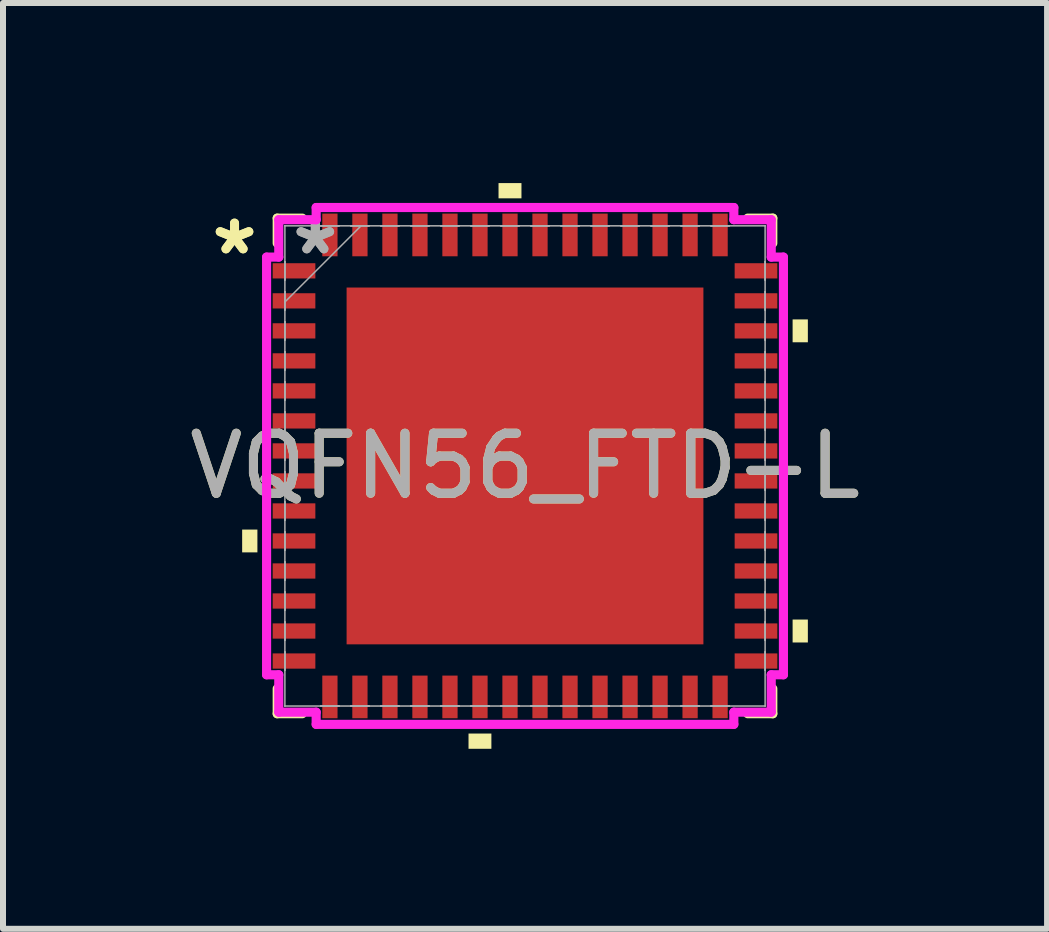
<source format=kicad_pcb>
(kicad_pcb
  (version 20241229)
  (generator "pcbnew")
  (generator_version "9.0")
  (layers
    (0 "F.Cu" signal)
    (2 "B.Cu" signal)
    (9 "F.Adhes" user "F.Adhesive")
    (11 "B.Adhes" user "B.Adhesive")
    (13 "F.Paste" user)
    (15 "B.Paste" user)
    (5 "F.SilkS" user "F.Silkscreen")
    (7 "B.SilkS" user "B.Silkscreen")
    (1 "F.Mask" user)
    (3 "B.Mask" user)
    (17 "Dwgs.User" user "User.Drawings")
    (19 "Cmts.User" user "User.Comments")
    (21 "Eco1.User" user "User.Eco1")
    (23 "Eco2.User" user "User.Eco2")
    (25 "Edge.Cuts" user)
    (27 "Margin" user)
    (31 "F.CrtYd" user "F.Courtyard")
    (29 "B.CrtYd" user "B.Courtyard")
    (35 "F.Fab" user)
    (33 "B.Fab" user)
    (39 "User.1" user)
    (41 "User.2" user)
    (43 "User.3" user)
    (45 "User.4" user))
  (footprint "VQFN56_FTD-L"
    (layer "F.Cu")
    (at 5.696 4.712)
    (property "Reference" "VQFN56_FTD-L" (at 0 0 0) (unlocked yes) (layer "F.SilkS") (effects (font (size 1 1) (thickness 0.15))))
    (attr smd)
    (fp_line (start -4.128 -4.128) (end -4.128 -3.71) (stroke (width 0.152) (type solid)) (layer "F.SilkS"))
    (fp_line (start -4.128 3.71) (end -4.128 4.128) (stroke (width 0.152) (type solid)) (layer "F.SilkS"))
    (fp_line (start -4.128 4.128) (end -3.71 4.128) (stroke (width 0.152) (type solid)) (layer "F.SilkS"))
    (fp_line (start -3.71 -4.128) (end -4.128 -4.128) (stroke (width 0.152) (type solid)) (layer "F.SilkS"))
    (fp_line (start 3.71 4.128) (end 4.128 4.128) (stroke (width 0.152) (type solid)) (layer "F.SilkS"))
    (fp_line (start 4.128 -4.128) (end 3.71 -4.128) (stroke (width 0.152) (type solid)) (layer "F.SilkS"))
    (fp_line (start 4.128 -3.71) (end 4.128 -4.128) (stroke (width 0.152) (type solid)) (layer "F.SilkS"))
    (fp_line (start 4.128 4.128) (end 4.128 3.71) (stroke (width 0.152) (type solid)) (layer "F.SilkS"))
    (fp_poly (pts (xy -4.712 1.06) (xy -4.712 1.44) (xy -4.458 1.44) (xy -4.458 1.06)) (stroke (width 0) (type solid)) (fill yes) (layer "F.SilkS"))
    (fp_poly (pts (xy -0.941 4.458) (xy -0.941 4.712) (xy -0.56 4.712) (xy -0.56 4.458)) (stroke (width 0) (type solid)) (fill yes) (layer "F.SilkS"))
    (fp_poly (pts (xy -0.441 -4.458) (xy -0.441 -4.712) (xy -0.059 -4.712) (xy -0.059 -4.458)) (stroke (width 0) (type solid)) (fill yes) (layer "F.SilkS"))
    (fp_poly (pts (xy 4.712 -2.441) (xy 4.712 -2.06) (xy 4.458 -2.06) (xy 4.458 -2.441)) (stroke (width 0) (type solid)) (fill yes) (layer "F.SilkS"))
    (fp_poly (pts (xy 4.712 2.559) (xy 4.712 2.941) (xy 4.458 2.941) (xy 4.458 2.559)) (stroke (width 0) (type solid)) (fill yes) (layer "F.SilkS"))
    (fp_poly (pts (xy -2.872 -2.872) (xy -2.872 -1.586) (xy -1.586 -1.586) (xy -1.586 -2.872)) (stroke (width 0) (type solid)) (fill yes) (layer "F.Paste"))
    (fp_poly (pts (xy -2.872 -1.386) (xy -2.872 -0.1) (xy -1.586 -0.1) (xy -1.586 -1.386)) (stroke (width 0) (type solid)) (fill yes) (layer "F.Paste"))
    (fp_poly (pts (xy -2.872 0.1) (xy -2.872 1.386) (xy -1.586 1.386) (xy -1.586 0.1)) (stroke (width 0) (type solid)) (fill yes) (layer "F.Paste"))
    (fp_poly (pts (xy -2.872 1.586) (xy -2.872 2.872) (xy -1.586 2.872) (xy -1.586 1.586)) (stroke (width 0) (type solid)) (fill yes) (layer "F.Paste"))
    (fp_poly (pts (xy -1.386 -2.872) (xy -1.386 -1.586) (xy -0.1 -1.586) (xy -0.1 -2.872)) (stroke (width 0) (type solid)) (fill yes) (layer "F.Paste"))
    (fp_poly (pts (xy -1.386 -1.386) (xy -1.386 -0.1) (xy -0.1 -0.1) (xy -0.1 -1.386)) (stroke (width 0) (type solid)) (fill yes) (layer "F.Paste"))
    (fp_poly (pts (xy -1.386 0.1) (xy -1.386 1.386) (xy -0.1 1.386) (xy -0.1 0.1)) (stroke (width 0) (type solid)) (fill yes) (layer "F.Paste"))
    (fp_poly (pts (xy -1.386 1.586) (xy -1.386 2.872) (xy -0.1 2.872) (xy -0.1 1.586)) (stroke (width 0) (type solid)) (fill yes) (layer "F.Paste"))
    (fp_poly (pts (xy 0.1 -2.872) (xy 0.1 -1.586) (xy 1.386 -1.586) (xy 1.386 -2.872)) (stroke (width 0) (type solid)) (fill yes) (layer "F.Paste"))
    (fp_poly (pts (xy 0.1 -1.386) (xy 0.1 -0.1) (xy 1.386 -0.1) (xy 1.386 -1.386)) (stroke (width 0) (type solid)) (fill yes) (layer "F.Paste"))
    (fp_poly (pts (xy 0.1 0.1) (xy 0.1 1.386) (xy 1.386 1.386) (xy 1.386 0.1)) (stroke (width 0) (type solid)) (fill yes) (layer "F.Paste"))
    (fp_poly (pts (xy 0.1 1.586) (xy 0.1 2.872) (xy 1.386 2.872) (xy 1.386 1.586)) (stroke (width 0) (type solid)) (fill yes) (layer "F.Paste"))
    (fp_poly (pts (xy 1.586 -2.872) (xy 1.586 -1.586) (xy 2.872 -1.586) (xy 2.872 -2.872)) (stroke (width 0) (type solid)) (fill yes) (layer "F.Paste"))
    (fp_poly (pts (xy 1.586 -1.386) (xy 1.586 -0.1) (xy 2.872 -0.1) (xy 2.872 -1.386)) (stroke (width 0) (type solid)) (fill yes) (layer "F.Paste"))
    (fp_poly (pts (xy 1.586 0.1) (xy 1.586 1.386) (xy 2.872 1.386) (xy 2.872 0.1)) (stroke (width 0) (type solid)) (fill yes) (layer "F.Paste"))
    (fp_poly (pts (xy 1.586 1.586) (xy 1.586 2.872) (xy 2.872 2.872) (xy 2.872 1.586)) (stroke (width 0) (type solid)) (fill yes) (layer "F.Paste"))
    (fp_line (start -4.305 -3.479) (end -4.102 -3.479) (stroke (width 0.152) (type solid)) (layer "F.CrtYd"))
    (fp_line (start -4.305 3.479) (end -4.305 -3.479) (stroke (width 0.152) (type solid)) (layer "F.CrtYd"))
    (fp_line (start -4.102 -4.102) (end -3.479 -4.102) (stroke (width 0.152) (type solid)) (layer "F.CrtYd"))
    (fp_line (start -4.102 -3.479) (end -4.102 -4.102) (stroke (width 0.152) (type solid)) (layer "F.CrtYd"))
    (fp_line (start -4.102 3.479) (end -4.305 3.479) (stroke (width 0.152) (type solid)) (layer "F.CrtYd"))
    (fp_line (start -4.102 4.102) (end -4.102 3.479) (stroke (width 0.152) (type solid)) (layer "F.CrtYd"))
    (fp_line (start -3.479 -4.305) (end 3.479 -4.305) (stroke (width 0.152) (type solid)) (layer "F.CrtYd"))
    (fp_line (start -3.479 -4.102) (end -3.479 -4.305) (stroke (width 0.152) (type solid)) (layer "F.CrtYd"))
    (fp_line (start -3.479 4.102) (end -4.102 4.102) (stroke (width 0.152) (type solid)) (layer "F.CrtYd"))
    (fp_line (start -3.479 4.305) (end -3.479 4.102) (stroke (width 0.152) (type solid)) (layer "F.CrtYd"))
    (fp_line (start 3.479 -4.305) (end 3.479 -4.102) (stroke (width 0.152) (type solid)) (layer "F.CrtYd"))
    (fp_line (start 3.479 -4.102) (end 4.102 -4.102) (stroke (width 0.152) (type solid)) (layer "F.CrtYd"))
    (fp_line (start 3.479 4.102) (end 3.479 4.305) (stroke (width 0.152) (type solid)) (layer "F.CrtYd"))
    (fp_line (start 3.479 4.305) (end -3.479 4.305) (stroke (width 0.152) (type solid)) (layer "F.CrtYd"))
    (fp_line (start 4.102 -4.102) (end 4.102 -3.479) (stroke (width 0.152) (type solid)) (layer "F.CrtYd"))
    (fp_line (start 4.102 -3.479) (end 4.305 -3.479) (stroke (width 0.152) (type solid)) (layer "F.CrtYd"))
    (fp_line (start 4.102 3.479) (end 4.102 4.102) (stroke (width 0.152) (type solid)) (layer "F.CrtYd"))
    (fp_line (start 4.102 4.102) (end 3.479 4.102) (stroke (width 0.152) (type solid)) (layer "F.CrtYd"))
    (fp_line (start 4.305 -3.479) (end 4.305 3.479) (stroke (width 0.152) (type solid)) (layer "F.CrtYd"))
    (fp_line (start 4.305 3.479) (end 4.102 3.479) (stroke (width 0.152) (type solid)) (layer "F.CrtYd"))
    (fp_line (start -4 -4) (end -4 -4) (stroke (width 0.025) (type solid)) (layer "F.Fab"))
    (fp_line (start -4 -4) (end -4 4) (stroke (width 0.025) (type solid)) (layer "F.Fab"))
    (fp_line (start -4 -3.402) (end -4 -3.402) (stroke (width 0.025) (type solid)) (layer "F.Fab"))
    (fp_line (start -4 -3.402) (end -4 -3.098) (stroke (width 0.025) (type solid)) (layer "F.Fab"))
    (fp_line (start -4 -3.098) (end -4 -3.402) (stroke (width 0.025) (type solid)) (layer "F.Fab"))
    (fp_line (start -4 -3.098) (end -4 -3.098) (stroke (width 0.025) (type solid)) (layer "F.Fab"))
    (fp_line (start -4 -2.902) (end -4 -2.902) (stroke (width 0.025) (type solid)) (layer "F.Fab"))
    (fp_line (start -4 -2.902) (end -4 -2.598) (stroke (width 0.025) (type solid)) (layer "F.Fab"))
    (fp_line (start -4 -2.731) (end -2.731 -4) (stroke (width 0.025) (type solid)) (layer "F.Fab"))
    (fp_line (start -4 -2.598) (end -4 -2.902) (stroke (width 0.025) (type solid)) (layer "F.Fab"))
    (fp_line (start -4 -2.598) (end -4 -2.598) (stroke (width 0.025) (type solid)) (layer "F.Fab"))
    (fp_line (start -4 -2.402) (end -4 -2.402) (stroke (width 0.025) (type solid)) (layer "F.Fab"))
    (fp_line (start -4 -2.402) (end -4 -2.098) (stroke (width 0.025) (type solid)) (layer "F.Fab"))
    (fp_line (start -4 -2.098) (end -4 -2.402) (stroke (width 0.025) (type solid)) (layer "F.Fab"))
    (fp_line (start -4 -2.098) (end -4 -2.098) (stroke (width 0.025) (type solid)) (layer "F.Fab"))
    (fp_line (start -4 -1.902) (end -4 -1.902) (stroke (width 0.025) (type solid)) (layer "F.Fab"))
    (fp_line (start -4 -1.902) (end -4 -1.598) (stroke (width 0.025) (type solid)) (layer "F.Fab"))
    (fp_line (start -4 -1.598) (end -4 -1.902) (stroke (width 0.025) (type solid)) (layer "F.Fab"))
    (fp_line (start -4 -1.598) (end -4 -1.598) (stroke (width 0.025) (type solid)) (layer "F.Fab"))
    (fp_line (start -4 -1.402) (end -4 -1.402) (stroke (width 0.025) (type solid)) (layer "F.Fab"))
    (fp_line (start -4 -1.402) (end -4 -1.098) (stroke (width 0.025) (type solid)) (layer "F.Fab"))
    (fp_line (start -4 -1.098) (end -4 -1.402) (stroke (width 0.025) (type solid)) (layer "F.Fab"))
    (fp_line (start -4 -1.098) (end -4 -1.098) (stroke (width 0.025) (type solid)) (layer "F.Fab"))
    (fp_line (start -4 -0.902) (end -4 -0.902) (stroke (width 0.025) (type solid)) (layer "F.Fab"))
    (fp_line (start -4 -0.902) (end -4 -0.598) (stroke (width 0.025) (type solid)) (layer "F.Fab"))
    (fp_line (start -4 -0.598) (end -4 -0.902) (stroke (width 0.025) (type solid)) (layer "F.Fab"))
    (fp_line (start -4 -0.598) (end -4 -0.598) (stroke (width 0.025) (type solid)) (layer "F.Fab"))
    (fp_line (start -4 -0.402) (end -4 -0.402) (stroke (width 0.025) (type solid)) (layer "F.Fab"))
    (fp_line (start -4 -0.402) (end -4 -0.098) (stroke (width 0.025) (type solid)) (layer "F.Fab"))
    (fp_line (start -4 -0.098) (end -4 -0.402) (stroke (width 0.025) (type solid)) (layer "F.Fab"))
    (fp_line (start -4 -0.098) (end -4 -0.098) (stroke (width 0.025) (type solid)) (layer "F.Fab"))
    (fp_line (start -4 0.098) (end -4 0.098) (stroke (width 0.025) (type solid)) (layer "F.Fab"))
    (fp_line (start -4 0.098) (end -4 0.402) (stroke (width 0.025) (type solid)) (layer "F.Fab"))
    (fp_line (start -4 0.402) (end -4 0.098) (stroke (width 0.025) (type solid)) (layer "F.Fab"))
    (fp_line (start -4 0.402) (end -4 0.402) (stroke (width 0.025) (type solid)) (layer "F.Fab"))
    (fp_line (start -4 0.598) (end -4 0.598) (stroke (width 0.025) (type solid)) (layer "F.Fab"))
    (fp_line (start -4 0.598) (end -4 0.902) (stroke (width 0.025) (type solid)) (layer "F.Fab"))
    (fp_line (start -4 0.902) (end -4 0.598) (stroke (width 0.025) (type solid)) (layer "F.Fab"))
    (fp_line (start -4 0.902) (end -4 0.902) (stroke (width 0.025) (type solid)) (layer "F.Fab"))
    (fp_line (start -4 1.098) (end -4 1.098) (stroke (width 0.025) (type solid)) (layer "F.Fab"))
    (fp_line (start -4 1.098) (end -4 1.402) (stroke (width 0.025) (type solid)) (layer "F.Fab"))
    (fp_line (start -4 1.402) (end -4 1.098) (stroke (width 0.025) (type solid)) (layer "F.Fab"))
    (fp_line (start -4 1.402) (end -4 1.402) (stroke (width 0.025) (type solid)) (layer "F.Fab"))
    (fp_line (start -4 1.598) (end -4 1.598) (stroke (width 0.025) (type solid)) (layer "F.Fab"))
    (fp_line (start -4 1.598) (end -4 1.902) (stroke (width 0.025) (type solid)) (layer "F.Fab"))
    (fp_line (start -4 1.902) (end -4 1.598) (stroke (width 0.025) (type solid)) (layer "F.Fab"))
    (fp_line (start -4 1.902) (end -4 1.902) (stroke (width 0.025) (type solid)) (layer "F.Fab"))
    (fp_line (start -4 2.098) (end -4 2.098) (stroke (width 0.025) (type solid)) (layer "F.Fab"))
    (fp_line (start -4 2.098) (end -4 2.402) (stroke (width 0.025) (type solid)) (layer "F.Fab"))
    (fp_line (start -4 2.402) (end -4 2.098) (stroke (width 0.025) (type solid)) (layer "F.Fab"))
    (fp_line (start -4 2.402) (end -4 2.402) (stroke (width 0.025) (type solid)) (layer "F.Fab"))
    (fp_line (start -4 2.598) (end -4 2.598) (stroke (width 0.025) (type solid)) (layer "F.Fab"))
    (fp_line (start -4 2.598) (end -4 2.902) (stroke (width 0.025) (type solid)) (layer "F.Fab"))
    (fp_line (start -4 2.902) (end -4 2.598) (stroke (width 0.025) (type solid)) (layer "F.Fab"))
    (fp_line (start -4 2.902) (end -4 2.902) (stroke (width 0.025) (type solid)) (layer "F.Fab"))
    (fp_line (start -4 3.098) (end -4 3.098) (stroke (width 0.025) (type solid)) (layer "F.Fab"))
    (fp_line (start -4 3.098) (end -4 3.402) (stroke (width 0.025) (type solid)) (layer "F.Fab"))
    (fp_line (start -4 3.402) (end -4 3.098) (stroke (width 0.025) (type solid)) (layer "F.Fab"))
    (fp_line (start -4 3.402) (end -4 3.402) (stroke (width 0.025) (type solid)) (layer "F.Fab"))
    (fp_line (start -4 4) (end -4 4) (stroke (width 0.025) (type solid)) (layer "F.Fab"))
    (fp_line (start -4 4) (end 4 4) (stroke (width 0.025) (type solid)) (layer "F.Fab"))
    (fp_line (start -3.402 -4) (end -3.402 -4) (stroke (width 0.025) (type solid)) (layer "F.Fab"))
    (fp_line (start -3.402 -4) (end -3.098 -4) (stroke (width 0.025) (type solid)) (layer "F.Fab"))
    (fp_line (start -3.402 4) (end -3.402 4) (stroke (width 0.025) (type solid)) (layer "F.Fab"))
    (fp_line (start -3.402 4) (end -3.098 4) (stroke (width 0.025) (type solid)) (layer "F.Fab"))
    (fp_line (start -3.098 -4) (end -3.402 -4) (stroke (width 0.025) (type solid)) (layer "F.Fab"))
    (fp_line (start -3.098 -4) (end -3.098 -4) (stroke (width 0.025) (type solid)) (layer "F.Fab"))
    (fp_line (start -3.098 4) (end -3.402 4) (stroke (width 0.025) (type solid)) (layer "F.Fab"))
    (fp_line (start -3.098 4) (end -3.098 4) (stroke (width 0.025) (type solid)) (layer "F.Fab"))
    (fp_line (start -2.902 -4) (end -2.902 -4) (stroke (width 0.025) (type solid)) (layer "F.Fab"))
    (fp_line (start -2.902 -4) (end -2.598 -4) (stroke (width 0.025) (type solid)) (layer "F.Fab"))
    (fp_line (start -2.902 4) (end -2.902 4) (stroke (width 0.025) (type solid)) (layer "F.Fab"))
    (fp_line (start -2.902 4) (end -2.598 4) (stroke (width 0.025) (type solid)) (layer "F.Fab"))
    (fp_line (start -2.598 -4) (end -2.902 -4) (stroke (width 0.025) (type solid)) (layer "F.Fab"))
    (fp_line (start -2.598 -4) (end -2.598 -4) (stroke (width 0.025) (type solid)) (layer "F.Fab"))
    (fp_line (start -2.598 4) (end -2.902 4) (stroke (width 0.025) (type solid)) (layer "F.Fab"))
    (fp_line (start -2.598 4) (end -2.598 4) (stroke (width 0.025) (type solid)) (layer "F.Fab"))
    (fp_line (start -2.402 -4) (end -2.402 -4) (stroke (width 0.025) (type solid)) (layer "F.Fab"))
    (fp_line (start -2.402 -4) (end -2.098 -4) (stroke (width 0.025) (type solid)) (layer "F.Fab"))
    (fp_line (start -2.402 4) (end -2.402 4) (stroke (width 0.025) (type solid)) (layer "F.Fab"))
    (fp_line (start -2.402 4) (end -2.098 4) (stroke (width 0.025) (type solid)) (layer "F.Fab"))
    (fp_line (start -2.098 -4) (end -2.402 -4) (stroke (width 0.025) (type solid)) (layer "F.Fab"))
    (fp_line (start -2.098 -4) (end -2.098 -4) (stroke (width 0.025) (type solid)) (layer "F.Fab"))
    (fp_line (start -2.098 4) (end -2.402 4) (stroke (width 0.025) (type solid)) (layer "F.Fab"))
    (fp_line (start -2.098 4) (end -2.098 4) (stroke (width 0.025) (type solid)) (layer "F.Fab"))
    (fp_line (start -1.902 -4) (end -1.902 -4) (stroke (width 0.025) (type solid)) (layer "F.Fab"))
    (fp_line (start -1.902 -4) (end -1.598 -4) (stroke (width 0.025) (type solid)) (layer "F.Fab"))
    (fp_line (start -1.902 4) (end -1.902 4) (stroke (width 0.025) (type solid)) (layer "F.Fab"))
    (fp_line (start -1.902 4) (end -1.598 4) (stroke (width 0.025) (type solid)) (layer "F.Fab"))
    (fp_line (start -1.598 -4) (end -1.902 -4) (stroke (width 0.025) (type solid)) (layer "F.Fab"))
    (fp_line (start -1.598 -4) (end -1.598 -4) (stroke (width 0.025) (type solid)) (layer "F.Fab"))
    (fp_line (start -1.598 4) (end -1.902 4) (stroke (width 0.025) (type solid)) (layer "F.Fab"))
    (fp_line (start -1.598 4) (end -1.598 4) (stroke (width 0.025) (type solid)) (layer "F.Fab"))
    (fp_line (start -1.402 -4) (end -1.402 -4) (stroke (width 0.025) (type solid)) (layer "F.Fab"))
    (fp_line (start -1.402 -4) (end -1.098 -4) (stroke (width 0.025) (type solid)) (layer "F.Fab"))
    (fp_line (start -1.402 4) (end -1.402 4) (stroke (width 0.025) (type solid)) (layer "F.Fab"))
    (fp_line (start -1.402 4) (end -1.098 4) (stroke (width 0.025) (type solid)) (layer "F.Fab"))
    (fp_line (start -1.098 -4) (end -1.402 -4) (stroke (width 0.025) (type solid)) (layer "F.Fab"))
    (fp_line (start -1.098 -4) (end -1.098 -4) (stroke (width 0.025) (type solid)) (layer "F.Fab"))
    (fp_line (start -1.098 4) (end -1.402 4) (stroke (width 0.025) (type solid)) (layer "F.Fab"))
    (fp_line (start -1.098 4) (end -1.098 4) (stroke (width 0.025) (type solid)) (layer "F.Fab"))
    (fp_line (start -0.902 -4) (end -0.902 -4) (stroke (width 0.025) (type solid)) (layer "F.Fab"))
    (fp_line (start -0.902 -4) (end -0.598 -4) (stroke (width 0.025) (type solid)) (layer "F.Fab"))
    (fp_line (start -0.902 4) (end -0.902 4) (stroke (width 0.025) (type solid)) (layer "F.Fab"))
    (fp_line (start -0.902 4) (end -0.598 4) (stroke (width 0.025) (type solid)) (layer "F.Fab"))
    (fp_line (start -0.598 -4) (end -0.902 -4) (stroke (width 0.025) (type solid)) (layer "F.Fab"))
    (fp_line (start -0.598 -4) (end -0.598 -4) (stroke (width 0.025) (type solid)) (layer "F.Fab"))
    (fp_line (start -0.598 4) (end -0.902 4) (stroke (width 0.025) (type solid)) (layer "F.Fab"))
    (fp_line (start -0.598 4) (end -0.598 4) (stroke (width 0.025) (type solid)) (layer "F.Fab"))
    (fp_line (start -0.402 -4) (end -0.402 -4) (stroke (width 0.025) (type solid)) (layer "F.Fab"))
    (fp_line (start -0.402 -4) (end -0.098 -4) (stroke (width 0.025) (type solid)) (layer "F.Fab"))
    (fp_line (start -0.402 4) (end -0.402 4) (stroke (width 0.025) (type solid)) (layer "F.Fab"))
    (fp_line (start -0.402 4) (end -0.098 4) (stroke (width 0.025) (type solid)) (layer "F.Fab"))
    (fp_line (start -0.098 -4) (end -0.402 -4) (stroke (width 0.025) (type solid)) (layer "F.Fab"))
    (fp_line (start -0.098 -4) (end -0.098 -4) (stroke (width 0.025) (type solid)) (layer "F.Fab"))
    (fp_line (start -0.098 4) (end -0.402 4) (stroke (width 0.025) (type solid)) (layer "F.Fab"))
    (fp_line (start -0.098 4) (end -0.098 4) (stroke (width 0.025) (type solid)) (layer "F.Fab"))
    (fp_line (start 0.098 -4) (end 0.098 -4) (stroke (width 0.025) (type solid)) (layer "F.Fab"))
    (fp_line (start 0.098 -4) (end 0.402 -4) (stroke (width 0.025) (type solid)) (layer "F.Fab"))
    (fp_line (start 0.098 4) (end 0.098 4) (stroke (width 0.025) (type solid)) (layer "F.Fab"))
    (fp_line (start 0.098 4) (end 0.402 4) (stroke (width 0.025) (type solid)) (layer "F.Fab"))
    (fp_line (start 0.402 -4) (end 0.098 -4) (stroke (width 0.025) (type solid)) (layer "F.Fab"))
    (fp_line (start 0.402 -4) (end 0.402 -4) (stroke (width 0.025) (type solid)) (layer "F.Fab"))
    (fp_line (start 0.402 4) (end 0.098 4) (stroke (width 0.025) (type solid)) (layer "F.Fab"))
    (fp_line (start 0.402 4) (end 0.402 4) (stroke (width 0.025) (type solid)) (layer "F.Fab"))
    (fp_line (start 0.598 -4) (end 0.598 -4) (stroke (width 0.025) (type solid)) (layer "F.Fab"))
    (fp_line (start 0.598 -4) (end 0.902 -4) (stroke (width 0.025) (type solid)) (layer "F.Fab"))
    (fp_line (start 0.598 4) (end 0.598 4) (stroke (width 0.025) (type solid)) (layer "F.Fab"))
    (fp_line (start 0.598 4) (end 0.902 4) (stroke (width 0.025) (type solid)) (layer "F.Fab"))
    (fp_line (start 0.902 -4) (end 0.598 -4) (stroke (width 0.025) (type solid)) (layer "F.Fab"))
    (fp_line (start 0.902 -4) (end 0.902 -4) (stroke (width 0.025) (type solid)) (layer "F.Fab"))
    (fp_line (start 0.902 4) (end 0.598 4) (stroke (width 0.025) (type solid)) (layer "F.Fab"))
    (fp_line (start 0.902 4) (end 0.902 4) (stroke (width 0.025) (type solid)) (layer "F.Fab"))
    (fp_line (start 1.098 -4) (end 1.098 -4) (stroke (width 0.025) (type solid)) (layer "F.Fab"))
    (fp_line (start 1.098 -4) (end 1.402 -4) (stroke (width 0.025) (type solid)) (layer "F.Fab"))
    (fp_line (start 1.098 4) (end 1.098 4) (stroke (width 0.025) (type solid)) (layer "F.Fab"))
    (fp_line (start 1.098 4) (end 1.402 4) (stroke (width 0.025) (type solid)) (layer "F.Fab"))
    (fp_line (start 1.402 -4) (end 1.098 -4) (stroke (width 0.025) (type solid)) (layer "F.Fab"))
    (fp_line (start 1.402 -4) (end 1.402 -4) (stroke (width 0.025) (type solid)) (layer "F.Fab"))
    (fp_line (start 1.402 4) (end 1.098 4) (stroke (width 0.025) (type solid)) (layer "F.Fab"))
    (fp_line (start 1.402 4) (end 1.402 4) (stroke (width 0.025) (type solid)) (layer "F.Fab"))
    (fp_line (start 1.598 -4) (end 1.598 -4) (stroke (width 0.025) (type solid)) (layer "F.Fab"))
    (fp_line (start 1.598 -4) (end 1.902 -4) (stroke (width 0.025) (type solid)) (layer "F.Fab"))
    (fp_line (start 1.598 4) (end 1.598 4) (stroke (width 0.025) (type solid)) (layer "F.Fab"))
    (fp_line (start 1.598 4) (end 1.902 4) (stroke (width 0.025) (type solid)) (layer "F.Fab"))
    (fp_line (start 1.902 -4) (end 1.598 -4) (stroke (width 0.025) (type solid)) (layer "F.Fab"))
    (fp_line (start 1.902 -4) (end 1.902 -4) (stroke (width 0.025) (type solid)) (layer "F.Fab"))
    (fp_line (start 1.902 4) (end 1.598 4) (stroke (width 0.025) (type solid)) (layer "F.Fab"))
    (fp_line (start 1.902 4) (end 1.902 4) (stroke (width 0.025) (type solid)) (layer "F.Fab"))
    (fp_line (start 2.098 -4) (end 2.098 -4) (stroke (width 0.025) (type solid)) (layer "F.Fab"))
    (fp_line (start 2.098 -4) (end 2.402 -4) (stroke (width 0.025) (type solid)) (layer "F.Fab"))
    (fp_line (start 2.098 4) (end 2.098 4) (stroke (width 0.025) (type solid)) (layer "F.Fab"))
    (fp_line (start 2.098 4) (end 2.402 4) (stroke (width 0.025) (type solid)) (layer "F.Fab"))
    (fp_line (start 2.402 -4) (end 2.098 -4) (stroke (width 0.025) (type solid)) (layer "F.Fab"))
    (fp_line (start 2.402 -4) (end 2.402 -4) (stroke (width 0.025) (type solid)) (layer "F.Fab"))
    (fp_line (start 2.402 4) (end 2.098 4) (stroke (width 0.025) (type solid)) (layer "F.Fab"))
    (fp_line (start 2.402 4) (end 2.402 4) (stroke (width 0.025) (type solid)) (layer "F.Fab"))
    (fp_line (start 2.598 -4) (end 2.598 -4) (stroke (width 0.025) (type solid)) (layer "F.Fab"))
    (fp_line (start 2.598 -4) (end 2.902 -4) (stroke (width 0.025) (type solid)) (layer "F.Fab"))
    (fp_line (start 2.598 4) (end 2.598 4) (stroke (width 0.025) (type solid)) (layer "F.Fab"))
    (fp_line (start 2.598 4) (end 2.902 4) (stroke (width 0.025) (type solid)) (layer "F.Fab"))
    (fp_line (start 2.902 -4) (end 2.598 -4) (stroke (width 0.025) (type solid)) (layer "F.Fab"))
    (fp_line (start 2.902 -4) (end 2.902 -4) (stroke (width 0.025) (type solid)) (layer "F.Fab"))
    (fp_line (start 2.902 4) (end 2.598 4) (stroke (width 0.025) (type solid)) (layer "F.Fab"))
    (fp_line (start 2.902 4) (end 2.902 4) (stroke (width 0.025) (type solid)) (layer "F.Fab"))
    (fp_line (start 3.098 -4) (end 3.098 -4) (stroke (width 0.025) (type solid)) (layer "F.Fab"))
    (fp_line (start 3.098 -4) (end 3.402 -4) (stroke (width 0.025) (type solid)) (layer "F.Fab"))
    (fp_line (start 3.098 4) (end 3.098 4) (stroke (width 0.025) (type solid)) (layer "F.Fab"))
    (fp_line (start 3.098 4) (end 3.402 4) (stroke (width 0.025) (type solid)) (layer "F.Fab"))
    (fp_line (start 3.402 -4) (end 3.098 -4) (stroke (width 0.025) (type solid)) (layer "F.Fab"))
    (fp_line (start 3.402 -4) (end 3.402 -4) (stroke (width 0.025) (type solid)) (layer "F.Fab"))
    (fp_line (start 3.402 4) (end 3.098 4) (stroke (width 0.025) (type solid)) (layer "F.Fab"))
    (fp_line (start 3.402 4) (end 3.402 4) (stroke (width 0.025) (type solid)) (layer "F.Fab"))
    (fp_line (start 4 -4) (end -4 -4) (stroke (width 0.025) (type solid)) (layer "F.Fab"))
    (fp_line (start 4 -4) (end 4 -4) (stroke (width 0.025) (type solid)) (layer "F.Fab"))
    (fp_line (start 4 -3.402) (end 4 -3.402) (stroke (width 0.025) (type solid)) (layer "F.Fab"))
    (fp_line (start 4 -3.402) (end 4 -3.098) (stroke (width 0.025) (type solid)) (layer "F.Fab"))
    (fp_line (start 4 -3.098) (end 4 -3.402) (stroke (width 0.025) (type solid)) (layer "F.Fab"))
    (fp_line (start 4 -3.098) (end 4 -3.098) (stroke (width 0.025) (type solid)) (layer "F.Fab"))
    (fp_line (start 4 -2.902) (end 4 -2.902) (stroke (width 0.025) (type solid)) (layer "F.Fab"))
    (fp_line (start 4 -2.902) (end 4 -2.598) (stroke (width 0.025) (type solid)) (layer "F.Fab"))
    (fp_line (start 4 -2.598) (end 4 -2.902) (stroke (width 0.025) (type solid)) (layer "F.Fab"))
    (fp_line (start 4 -2.598) (end 4 -2.598) (stroke (width 0.025) (type solid)) (layer "F.Fab"))
    (fp_line (start 4 -2.402) (end 4 -2.402) (stroke (width 0.025) (type solid)) (layer "F.Fab"))
    (fp_line (start 4 -2.402) (end 4 -2.098) (stroke (width 0.025) (type solid)) (layer "F.Fab"))
    (fp_line (start 4 -2.098) (end 4 -2.402) (stroke (width 0.025) (type solid)) (layer "F.Fab"))
    (fp_line (start 4 -2.098) (end 4 -2.098) (stroke (width 0.025) (type solid)) (layer "F.Fab"))
    (fp_line (start 4 -1.902) (end 4 -1.902) (stroke (width 0.025) (type solid)) (layer "F.Fab"))
    (fp_line (start 4 -1.902) (end 4 -1.598) (stroke (width 0.025) (type solid)) (layer "F.Fab"))
    (fp_line (start 4 -1.598) (end 4 -1.902) (stroke (width 0.025) (type solid)) (layer "F.Fab"))
    (fp_line (start 4 -1.598) (end 4 -1.598) (stroke (width 0.025) (type solid)) (layer "F.Fab"))
    (fp_line (start 4 -1.402) (end 4 -1.402) (stroke (width 0.025) (type solid)) (layer "F.Fab"))
    (fp_line (start 4 -1.402) (end 4 -1.098) (stroke (width 0.025) (type solid)) (layer "F.Fab"))
    (fp_line (start 4 -1.098) (end 4 -1.402) (stroke (width 0.025) (type solid)) (layer "F.Fab"))
    (fp_line (start 4 -1.098) (end 4 -1.098) (stroke (width 0.025) (type solid)) (layer "F.Fab"))
    (fp_line (start 4 -0.902) (end 4 -0.902) (stroke (width 0.025) (type solid)) (layer "F.Fab"))
    (fp_line (start 4 -0.902) (end 4 -0.598) (stroke (width 0.025) (type solid)) (layer "F.Fab"))
    (fp_line (start 4 -0.598) (end 4 -0.902) (stroke (width 0.025) (type solid)) (layer "F.Fab"))
    (fp_line (start 4 -0.598) (end 4 -0.598) (stroke (width 0.025) (type solid)) (layer "F.Fab"))
    (fp_line (start 4 -0.402) (end 4 -0.402) (stroke (width 0.025) (type solid)) (layer "F.Fab"))
    (fp_line (start 4 -0.402) (end 4 -0.098) (stroke (width 0.025) (type solid)) (layer "F.Fab"))
    (fp_line (start 4 -0.098) (end 4 -0.402) (stroke (width 0.025) (type solid)) (layer "F.Fab"))
    (fp_line (start 4 -0.098) (end 4 -0.098) (stroke (width 0.025) (type solid)) (layer "F.Fab"))
    (fp_line (start 4 0.098) (end 4 0.098) (stroke (width 0.025) (type solid)) (layer "F.Fab"))
    (fp_line (start 4 0.098) (end 4 0.402) (stroke (width 0.025) (type solid)) (layer "F.Fab"))
    (fp_line (start 4 0.402) (end 4 0.098) (stroke (width 0.025) (type solid)) (layer "F.Fab"))
    (fp_line (start 4 0.402) (end 4 0.402) (stroke (width 0.025) (type solid)) (layer "F.Fab"))
    (fp_line (start 4 0.598) (end 4 0.598) (stroke (width 0.025) (type solid)) (layer "F.Fab"))
    (fp_line (start 4 0.598) (end 4 0.902) (stroke (width 0.025) (type solid)) (layer "F.Fab"))
    (fp_line (start 4 0.902) (end 4 0.598) (stroke (width 0.025) (type solid)) (layer "F.Fab"))
    (fp_line (start 4 0.902) (end 4 0.902) (stroke (width 0.025) (type solid)) (layer "F.Fab"))
    (fp_line (start 4 1.098) (end 4 1.098) (stroke (width 0.025) (type solid)) (layer "F.Fab"))
    (fp_line (start 4 1.098) (end 4 1.402) (stroke (width 0.025) (type solid)) (layer "F.Fab"))
    (fp_line (start 4 1.402) (end 4 1.098) (stroke (width 0.025) (type solid)) (layer "F.Fab"))
    (fp_line (start 4 1.402) (end 4 1.402) (stroke (width 0.025) (type solid)) (layer "F.Fab"))
    (fp_line (start 4 1.598) (end 4 1.598) (stroke (width 0.025) (type solid)) (layer "F.Fab"))
    (fp_line (start 4 1.598) (end 4 1.902) (stroke (width 0.025) (type solid)) (layer "F.Fab"))
    (fp_line (start 4 1.902) (end 4 1.598) (stroke (width 0.025) (type solid)) (layer "F.Fab"))
    (fp_line (start 4 1.902) (end 4 1.902) (stroke (width 0.025) (type solid)) (layer "F.Fab"))
    (fp_line (start 4 2.098) (end 4 2.098) (stroke (width 0.025) (type solid)) (layer "F.Fab"))
    (fp_line (start 4 2.098) (end 4 2.402) (stroke (width 0.025) (type solid)) (layer "F.Fab"))
    (fp_line (start 4 2.402) (end 4 2.098) (stroke (width 0.025) (type solid)) (layer "F.Fab"))
    (fp_line (start 4 2.402) (end 4 2.402) (stroke (width 0.025) (type solid)) (layer "F.Fab"))
    (fp_line (start 4 2.598) (end 4 2.598) (stroke (width 0.025) (type solid)) (layer "F.Fab"))
    (fp_line (start 4 2.598) (end 4 2.902) (stroke (width 0.025) (type solid)) (layer "F.Fab"))
    (fp_line (start 4 2.902) (end 4 2.598) (stroke (width 0.025) (type solid)) (layer "F.Fab"))
    (fp_line (start 4 2.902) (end 4 2.902) (stroke (width 0.025) (type solid)) (layer "F.Fab"))
    (fp_line (start 4 3.098) (end 4 3.098) (stroke (width 0.025) (type solid)) (layer "F.Fab"))
    (fp_line (start 4 3.098) (end 4 3.402) (stroke (width 0.025) (type solid)) (layer "F.Fab"))
    (fp_line (start 4 3.402) (end 4 3.098) (stroke (width 0.025) (type solid)) (layer "F.Fab"))
    (fp_line (start 4 3.402) (end 4 3.402) (stroke (width 0.025) (type solid)) (layer "F.Fab"))
    (fp_line (start 4 4) (end 4 -4) (stroke (width 0.025) (type solid)) (layer "F.Fab"))
    (fp_line (start 4 4) (end 4 4) (stroke (width 0.025) (type solid)) (layer "F.Fab"))
    (fp_text user "*" (at -4.839 -3.5 0) (unlocked yes) (layer "F.SilkS") (effects (font (size 1 1) (thickness 0.15))))
    (fp_text user "*" (at -4.839 -3.5 0) (layer "F.SilkS") (effects (font (size 1 1) (thickness 0.15))))
    (fp_text user "${REFERENCE}" (at 0 0 0) (unlocked yes) (layer "F.Fab") (effects (font (size 1 1) (thickness 0.15))))
    (fp_text user "*" (at -3.493 -3.5 0) (layer "F.Fab") (effects (font (size 1 1) (thickness 0.15))))
    (fp_text user "*" (at -3.493 -3.5 0) (unlocked yes) (layer "F.Fab") (effects (font (size 1 1) (thickness 0.15))))
    (pad "1" smd rect (at -3.848 -3.25 90) (size 0.254 0.711) (layers "F.Cu" "F.Mask" "F.Paste"))
    (pad "2" smd rect (at -3.848 -2.75 90) (size 0.254 0.711) (layers "F.Cu" "F.Mask" "F.Paste"))
    (pad "3" smd rect (at -3.848 -2.25 90) (size 0.254 0.711) (layers "F.Cu" "F.Mask" "F.Paste"))
    (pad "4" smd rect (at -3.848 -1.75 90) (size 0.254 0.711) (layers "F.Cu" "F.Mask" "F.Paste"))
    (pad "5" smd rect (at -3.848 -1.25 90) (size 0.254 0.711) (layers "F.Cu" "F.Mask" "F.Paste"))
    (pad "6" smd rect (at -3.848 -0.75 90) (size 0.254 0.711) (layers "F.Cu" "F.Mask" "F.Paste"))
    (pad "7" smd rect (at -3.848 -0.25 90) (size 0.254 0.711) (layers "F.Cu" "F.Mask" "F.Paste"))
    (pad "8" smd rect (at -3.848 0.25 90) (size 0.254 0.711) (layers "F.Cu" "F.Mask" "F.Paste"))
    (pad "9" smd rect (at -3.848 0.75 90) (size 0.254 0.711) (layers "F.Cu" "F.Mask" "F.Paste"))
    (pad "10" smd rect (at -3.848 1.25 90) (size 0.254 0.711) (layers "F.Cu" "F.Mask" "F.Paste"))
    (pad "11" smd rect (at -3.848 1.75 90) (size 0.254 0.711) (layers "F.Cu" "F.Mask" "F.Paste"))
    (pad "12" smd rect (at -3.848 2.25 90) (size 0.254 0.711) (layers "F.Cu" "F.Mask" "F.Paste"))
    (pad "13" smd rect (at -3.848 2.75 90) (size 0.254 0.711) (layers "F.Cu" "F.Mask" "F.Paste"))
    (pad "14" smd rect (at -3.848 3.25 90) (size 0.254 0.711) (layers "F.Cu" "F.Mask" "F.Paste"))
    (pad "15" smd rect (at -3.25 3.848) (size 0.254 0.711) (layers "F.Cu" "F.Mask" "F.Paste"))
    (pad "16" smd rect (at -2.75 3.848) (size 0.254 0.711) (layers "F.Cu" "F.Mask" "F.Paste"))
    (pad "17" smd rect (at -2.25 3.848) (size 0.254 0.711) (layers "F.Cu" "F.Mask" "F.Paste"))
    (pad "18" smd rect (at -1.75 3.848) (size 0.254 0.711) (layers "F.Cu" "F.Mask" "F.Paste"))
    (pad "19" smd rect (at -1.25 3.848) (size 0.254 0.711) (layers "F.Cu" "F.Mask" "F.Paste"))
    (pad "20" smd rect (at -0.75 3.848) (size 0.254 0.711) (layers "F.Cu" "F.Mask" "F.Paste"))
    (pad "21" smd rect (at -0.25 3.848) (size 0.254 0.711) (layers "F.Cu" "F.Mask" "F.Paste"))
    (pad "22" smd rect (at 0.25 3.848) (size 0.254 0.711) (layers "F.Cu" "F.Mask" "F.Paste"))
    (pad "23" smd rect (at 0.75 3.848) (size 0.254 0.711) (layers "F.Cu" "F.Mask" "F.Paste"))
    (pad "24" smd rect (at 1.25 3.848) (size 0.254 0.711) (layers "F.Cu" "F.Mask" "F.Paste"))
    (pad "25" smd rect (at 1.75 3.848) (size 0.254 0.711) (layers "F.Cu" "F.Mask" "F.Paste"))
    (pad "26" smd rect (at 2.25 3.848) (size 0.254 0.711) (layers "F.Cu" "F.Mask" "F.Paste"))
    (pad "27" smd rect (at 2.75 3.848) (size 0.254 0.711) (layers "F.Cu" "F.Mask" "F.Paste"))
    (pad "28" smd rect (at 3.25 3.848) (size 0.254 0.711) (layers "F.Cu" "F.Mask" "F.Paste"))
    (pad "29" smd rect (at 3.848 3.25 90) (size 0.254 0.711) (layers "F.Cu" "F.Mask" "F.Paste"))
    (pad "30" smd rect (at 3.848 2.75 90) (size 0.254 0.711) (layers "F.Cu" "F.Mask" "F.Paste"))
    (pad "31" smd rect (at 3.848 2.25 90) (size 0.254 0.711) (layers "F.Cu" "F.Mask" "F.Paste"))
    (pad "32" smd rect (at 3.848 1.75 90) (size 0.254 0.711) (layers "F.Cu" "F.Mask" "F.Paste"))
    (pad "33" smd rect (at 3.848 1.25 90) (size 0.254 0.711) (layers "F.Cu" "F.Mask" "F.Paste"))
    (pad "34" smd rect (at 3.848 0.75 90) (size 0.254 0.711) (layers "F.Cu" "F.Mask" "F.Paste"))
    (pad "35" smd rect (at 3.848 0.25 90) (size 0.254 0.711) (layers "F.Cu" "F.Mask" "F.Paste"))
    (pad "36" smd rect (at 3.848 -0.25 90) (size 0.254 0.711) (layers "F.Cu" "F.Mask" "F.Paste"))
    (pad "37" smd rect (at 3.848 -0.75 90) (size 0.254 0.711) (layers "F.Cu" "F.Mask" "F.Paste"))
    (pad "38" smd rect (at 3.848 -1.25 90) (size 0.254 0.711) (layers "F.Cu" "F.Mask" "F.Paste"))
    (pad "39" smd rect (at 3.848 -1.75 90) (size 0.254 0.711) (layers "F.Cu" "F.Mask" "F.Paste"))
    (pad "40" smd rect (at 3.848 -2.25 90) (size 0.254 0.711) (layers "F.Cu" "F.Mask" "F.Paste"))
    (pad "41" smd rect (at 3.848 -2.75 90) (size 0.254 0.711) (layers "F.Cu" "F.Mask" "F.Paste"))
    (pad "42" smd rect (at 3.848 -3.25 90) (size 0.254 0.711) (layers "F.Cu" "F.Mask" "F.Paste"))
    (pad "43" smd rect (at 3.25 -3.848) (size 0.254 0.711) (layers "F.Cu" "F.Mask" "F.Paste"))
    (pad "44" smd rect (at 2.75 -3.848) (size 0.254 0.711) (layers "F.Cu" "F.Mask" "F.Paste"))
    (pad "45" smd rect (at 2.25 -3.848) (size 0.254 0.711) (layers "F.Cu" "F.Mask" "F.Paste"))
    (pad "46" smd rect (at 1.75 -3.848) (size 0.254 0.711) (layers "F.Cu" "F.Mask" "F.Paste"))
    (pad "47" smd rect (at 1.25 -3.848) (size 0.254 0.711) (layers "F.Cu" "F.Mask" "F.Paste"))
    (pad "48" smd rect (at 0.75 -3.848) (size 0.254 0.711) (layers "F.Cu" "F.Mask" "F.Paste"))
    (pad "49" smd rect (at 0.25 -3.848) (size 0.254 0.711) (layers "F.Cu" "F.Mask" "F.Paste"))
    (pad "50" smd rect (at -0.25 -3.848) (size 0.254 0.711) (layers "F.Cu" "F.Mask" "F.Paste"))
    (pad "51" smd rect (at -0.75 -3.848) (size 0.254 0.711) (layers "F.Cu" "F.Mask" "F.Paste"))
    (pad "52" smd rect (at -1.25 -3.848) (size 0.254 0.711) (layers "F.Cu" "F.Mask" "F.Paste"))
    (pad "53" smd rect (at -1.75 -3.848) (size 0.254 0.711) (layers "F.Cu" "F.Mask" "F.Paste"))
    (pad "54" smd rect (at -2.25 -3.848) (size 0.254 0.711) (layers "F.Cu" "F.Mask" "F.Paste"))
    (pad "55" smd rect (at -2.75 -3.848) (size 0.254 0.711) (layers "F.Cu" "F.Mask" "F.Paste"))
    (pad "56" smd rect (at -3.25 -3.848) (size 0.254 0.711) (layers "F.Cu" "F.Mask" "F.Paste"))
    (pad "57" smd rect (at 0 0) (size 5.944 5.944) (layers "F.Cu" "F.Mask" "F.Paste")))
  (gr_rect
    (start -3 -3)
    (end 14.393 12.423)
    (stroke (width 0.1) (type default))
    (fill no)
    (layer "Edge.Cuts")))
</source>
